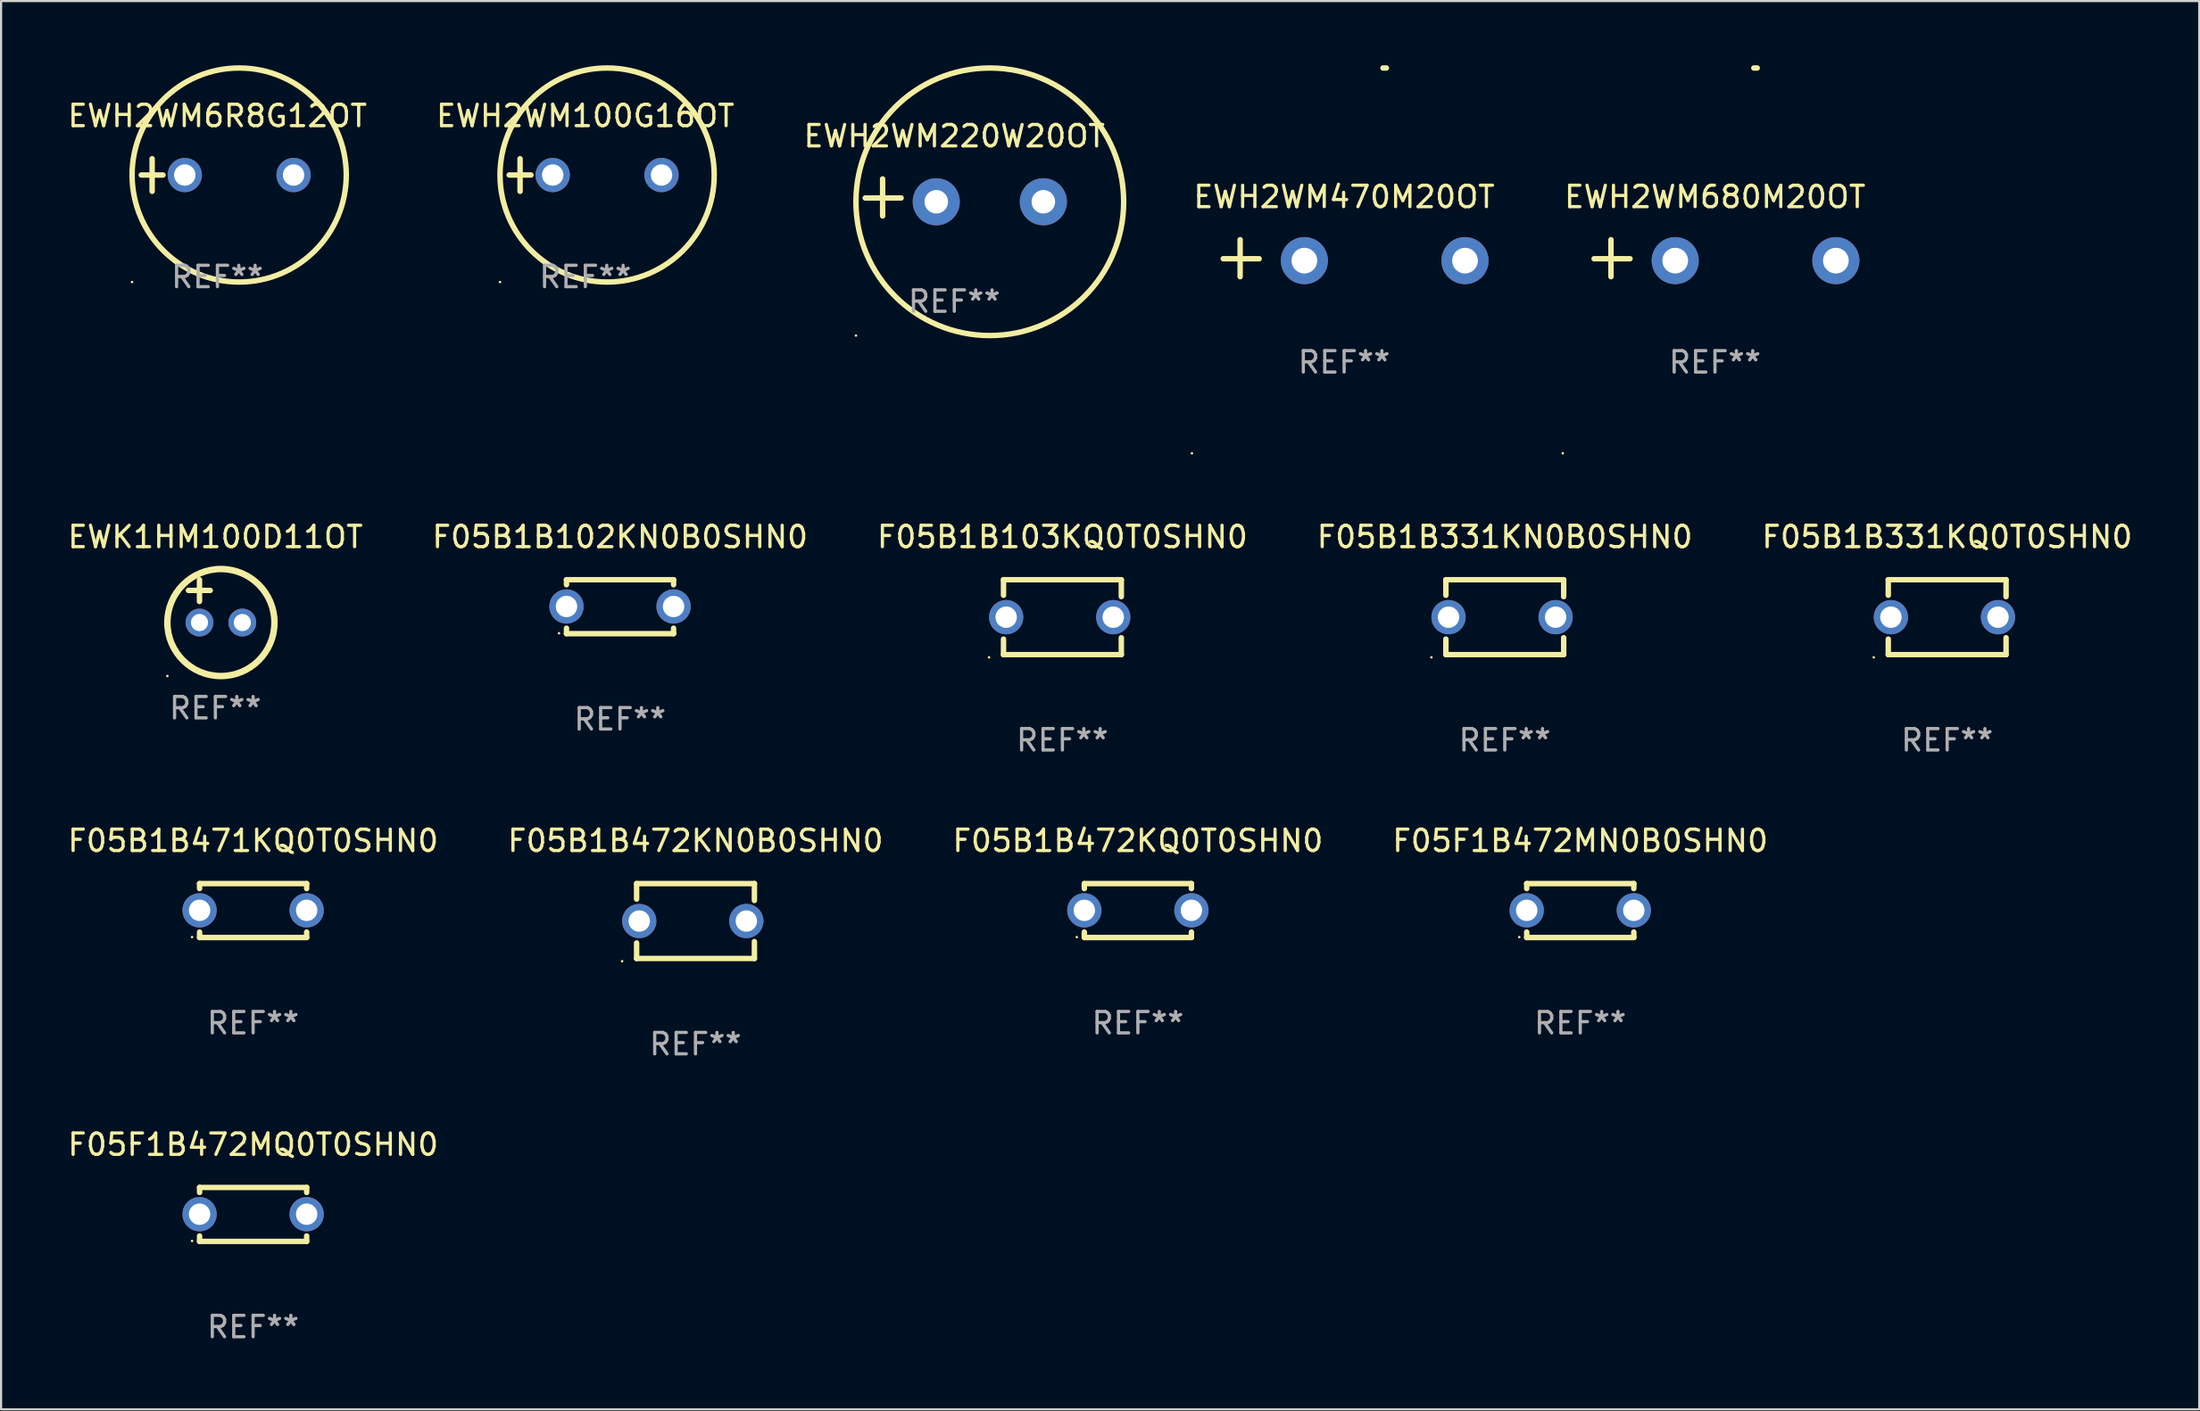
<source format=kicad_pcb>
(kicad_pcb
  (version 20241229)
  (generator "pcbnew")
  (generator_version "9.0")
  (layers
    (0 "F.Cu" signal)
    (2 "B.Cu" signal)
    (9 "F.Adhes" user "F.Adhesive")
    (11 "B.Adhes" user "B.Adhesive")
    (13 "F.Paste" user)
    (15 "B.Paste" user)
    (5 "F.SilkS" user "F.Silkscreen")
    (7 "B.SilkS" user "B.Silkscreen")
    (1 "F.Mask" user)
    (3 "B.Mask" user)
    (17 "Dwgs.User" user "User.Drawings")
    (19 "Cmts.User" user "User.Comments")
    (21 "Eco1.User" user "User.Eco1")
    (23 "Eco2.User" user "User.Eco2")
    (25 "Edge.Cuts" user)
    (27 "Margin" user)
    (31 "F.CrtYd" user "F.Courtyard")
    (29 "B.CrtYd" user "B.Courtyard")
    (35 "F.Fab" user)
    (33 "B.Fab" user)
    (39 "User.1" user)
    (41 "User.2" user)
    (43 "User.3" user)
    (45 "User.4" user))
  (footprint "EWH2WM220W20OT"
    (layer "F.Cu")
    (at 41.506 6.174)
    (property "Reference" "EWH2WM220W20OT" (at 0 -2.864 0) (layer "F.SilkS") (effects (font (size 1 1) (thickness 0.15))))
    (attr through_hole)
    (fp_line (start -3.346 0.864) (end -3.346 -0.864) (stroke (width 0.254) (type solid)) (layer "F.SilkS"))
    (fp_line (start -2.482 0.025) (end -4.158 0.025) (stroke (width 0.254) (type solid)) (layer "F.SilkS"))
    (fp_circle (center -4.592 6.453) (end -4.562 6.453) (stroke (width 0.06) (type solid)) (fill no) (layer "F.SilkS"))
    (fp_circle (center 1.658 0.203) (end 7.908 0.203) (stroke (width 0.254) (type solid)) (fill no) (layer "F.SilkS"))
    (fp_text user "REF**" (at 0 4.864 0) (layer "F.Fab") (effects (font (size 1 1) (thickness 0.15))))
    (pad "1" thru_hole circle (at -0.842 0.203) (size 2.2 2.2) (drill 1.1) (layers "*.Cu" "*.Mask"))
    (pad "2" thru_hole circle (at 4.158 0.203) (size 2.2 2.2) (drill 1.1) (layers "*.Cu" "*.Mask")))
  (footprint "F05B1B331KN0B0SHN0"
    (layer "F.Cu")
    (at 67.208 25.785)
    (property "Reference" "F05B1B331KN0B0SHN0" (at 0 -3.75 0) (layer "F.SilkS") (effects (font (size 1 1) (thickness 0.15))))
    (attr through_hole)
    (fp_line (start -2.75 -1.75) (end -2.75 -1.024) (stroke (width 0.254) (type solid)) (layer "F.SilkS"))
    (fp_line (start -2.75 -1.75) (end 2.75 -1.75) (stroke (width 0.254) (type solid)) (layer "F.SilkS"))
    (fp_line (start -2.75 1.024) (end -2.75 1.75) (stroke (width 0.254) (type solid)) (layer "F.SilkS"))
    (fp_line (start 2.75 -1.75) (end 2.75 -0.96) (stroke (width 0.254) (type solid)) (layer "F.SilkS"))
    (fp_line (start 2.75 0.96) (end 2.75 1.75) (stroke (width 0.254) (type solid)) (layer "F.SilkS"))
    (fp_line (start 2.75 1.75) (end -2.75 1.75) (stroke (width 0.254) (type solid)) (layer "F.SilkS"))
    (fp_circle (center -3.427 1.877) (end -3.397 1.877) (stroke (width 0.06) (type solid)) (fill no) (layer "F.SilkS"))
    (fp_text user "REF**" (at 0 5.75 0) (layer "F.Fab") (effects (font (size 1 1) (thickness 0.15))))
    (pad "1" thru_hole circle (at -2.627 0) (size 1.6 1.6) (drill 1) (layers "*.Cu" "*.Mask"))
    (pad "2" thru_hole circle (at 2.373 0) (size 1.6 1.6) (drill 1) (layers "*.Cu" "*.Mask")))
  (footprint "F05B1B471KQ0T0SHN0"
    (layer "F.Cu")
    (at 8.768 39.491)
    (property "Reference" "F05B1B471KQ0T0SHN0" (at 0 -3.26 0) (layer "F.SilkS") (effects (font (size 1 1) (thickness 0.15))))
    (attr through_hole)
    (fp_line (start -2.5 -1.26) (end -2.5 -1.026) (stroke (width 0.254) (type solid)) (layer "F.SilkS"))
    (fp_line (start -2.5 -1.26) (end 2.5 -1.26) (stroke (width 0.254) (type solid)) (layer "F.SilkS"))
    (fp_line (start -2.5 1.26) (end -2.5 1.006) (stroke (width 0.254) (type solid)) (layer "F.SilkS"))
    (fp_line (start 2.5 -1.26) (end 2.5 -1.026) (stroke (width 0.254) (type solid)) (layer "F.SilkS"))
    (fp_line (start 2.5 1.26) (end -2.5 1.26) (stroke (width 0.254) (type solid)) (layer "F.SilkS"))
    (fp_line (start 2.5 1.26) (end 2.5 1.006) (stroke (width 0.254) (type solid)) (layer "F.SilkS"))
    (fp_circle (center -2.85 1.24) (end -2.82 1.24) (stroke (width 0.06) (type solid)) (fill no) (layer "F.SilkS"))
    (fp_text user "REF**" (at 0 5.26 0) (layer "F.Fab") (effects (font (size 1 1) (thickness 0.15))))
    (pad "1" thru_hole circle (at -2.5 -0.01) (size 1.6 1.6) (drill 1) (layers "*.Cu" "*.Mask"))
    (pad "2" thru_hole circle (at 2.5 -0.01) (size 1.6 1.6) (drill 1) (layers "*.Cu" "*.Mask")))
  (footprint "F05B1B103KQ0T0SHN0"
    (layer "F.Cu")
    (at 46.554 25.785)
    (property "Reference" "F05B1B103KQ0T0SHN0" (at 0 -3.75 0) (layer "F.SilkS") (effects (font (size 1 1) (thickness 0.15))))
    (attr through_hole)
    (fp_line (start -2.75 -1.75) (end -2.75 -1.024) (stroke (width 0.254) (type solid)) (layer "F.SilkS"))
    (fp_line (start -2.75 -1.75) (end 2.75 -1.75) (stroke (width 0.254) (type solid)) (layer "F.SilkS"))
    (fp_line (start -2.75 1.024) (end -2.75 1.75) (stroke (width 0.254) (type solid)) (layer "F.SilkS"))
    (fp_line (start 2.75 -1.75) (end 2.75 -0.96) (stroke (width 0.254) (type solid)) (layer "F.SilkS"))
    (fp_line (start 2.75 0.96) (end 2.75 1.75) (stroke (width 0.254) (type solid)) (layer "F.SilkS"))
    (fp_line (start 2.75 1.75) (end -2.75 1.75) (stroke (width 0.254) (type solid)) (layer "F.SilkS"))
    (fp_circle (center -3.427 1.877) (end -3.397 1.877) (stroke (width 0.06) (type solid)) (fill no) (layer "F.SilkS"))
    (fp_text user "REF**" (at 0 5.75 0) (layer "F.Fab") (effects (font (size 1 1) (thickness 0.15))))
    (pad "1" thru_hole circle (at -2.627 0) (size 1.6 1.6) (drill 1) (layers "*.Cu" "*.Mask"))
    (pad "2" thru_hole circle (at 2.373 0) (size 1.6 1.6) (drill 1) (layers "*.Cu" "*.Mask")))
  (footprint "EWH2WM100G16OT"
    (layer "F.Cu")
    (at 24.28 5.127)
    (property "Reference" "EWH2WM100G16OT" (at 0 -2.762 0) (layer "F.SilkS") (effects (font (size 1 1) (thickness 0.15))))
    (attr through_hole)
    (fp_line (start -3.556 0) (end -2.54 0) (stroke (width 0.254) (type solid)) (layer "F.SilkS"))
    (fp_line (start -3.048 -0.762) (end -3.048 0.762) (stroke (width 0.254) (type solid)) (layer "F.SilkS"))
    (fp_circle (center -3.984 5) (end -3.954 5) (stroke (width 0.06) (type solid)) (fill no) (layer "F.SilkS"))
    (fp_circle (center 1.016 0) (end 6.016 0) (stroke (width 0.254) (type solid)) (fill no) (layer "F.SilkS"))
    (fp_text user "REF**" (at 0 4.762 0) (layer "F.Fab") (effects (font (size 1 1) (thickness 0.15))))
    (pad "1" thru_hole circle (at -1.524 0) (size 1.6 1.6) (drill 1) (layers "*.Cu" "*.Mask"))
    (pad "2" thru_hole circle (at 3.556 0) (size 1.6 1.6) (drill 1) (layers "*.Cu" "*.Mask")))
  (footprint "F05B1B472KQ0T0SHN0"
    (layer "F.Cu")
    (at 50.077 39.491)
    (property "Reference" "F05B1B472KQ0T0SHN0" (at 0 -3.26 0) (layer "F.SilkS") (effects (font (size 1 1) (thickness 0.15))))
    (attr through_hole)
    (fp_line (start -2.5 -1.26) (end -2.5 -1.026) (stroke (width 0.254) (type solid)) (layer "F.SilkS"))
    (fp_line (start -2.5 -1.26) (end 2.5 -1.26) (stroke (width 0.254) (type solid)) (layer "F.SilkS"))
    (fp_line (start -2.5 1.26) (end -2.5 1.006) (stroke (width 0.254) (type solid)) (layer "F.SilkS"))
    (fp_line (start 2.5 -1.26) (end 2.5 -1.026) (stroke (width 0.254) (type solid)) (layer "F.SilkS"))
    (fp_line (start 2.5 1.26) (end -2.5 1.26) (stroke (width 0.254) (type solid)) (layer "F.SilkS"))
    (fp_line (start 2.5 1.26) (end 2.5 1.006) (stroke (width 0.254) (type solid)) (layer "F.SilkS"))
    (fp_circle (center -2.85 1.24) (end -2.82 1.24) (stroke (width 0.06) (type solid)) (fill no) (layer "F.SilkS"))
    (fp_text user "REF**" (at 0 5.26 0) (layer "F.Fab") (effects (font (size 1 1) (thickness 0.15))))
    (pad "1" thru_hole circle (at -2.5 -0.01) (size 1.6 1.6) (drill 1) (layers "*.Cu" "*.Mask"))
    (pad "2" thru_hole circle (at 2.5 -0.01) (size 1.6 1.6) (drill 1) (layers "*.Cu" "*.Mask")))
  (footprint "EWH2WM680M20OT"
    (layer "F.Cu")
    (at 77.022 9.013)
    (property "Reference" "EWH2WM680M20OT" (at 0 -2.864 0) (layer "F.SilkS") (effects (font (size 1 1) (thickness 0.15))))
    (attr through_hole)
    (fp_line (start -4.856 0.864) (end -4.856 -0.864) (stroke (width 0.254) (type solid)) (layer "F.SilkS"))
    (fp_line (start -3.967 0.025) (end -5.644 0.025) (stroke (width 0.254) (type solid)) (layer "F.SilkS"))
    (fp_arc (start 1.815024 -8.885649) (mid 1.893764 -8.88599) (end 1.972504 -8.885649) (stroke (width 0.254001) (type solid)) (layer "F.SilkS"))
    (fp_circle (center -7.106 9.114) (end -7.076 9.114) (stroke (width 0.06) (type solid)) (fill no) (layer "F.SilkS"))
    (fp_text user "REF**" (at 0 4.864 0) (layer "F.Fab") (effects (font (size 1 1) (thickness 0.15))))
    (pad "1" thru_hole circle (at -1.856 0.114) (size 2.2 2.2) (drill 1.2) (layers "*.Cu" "*.Mask"))
    (pad "2" thru_hole circle (at 5.644 0.114) (size 2.2 2.2) (drill 1.2) (layers "*.Cu" "*.Mask")))
  (footprint "F05B1B472KN0B0SHN0"
    (layer "F.Cu")
    (at 29.423 39.981)
    (property "Reference" "F05B1B472KN0B0SHN0" (at 0 -3.75 0) (layer "F.SilkS") (effects (font (size 1 1) (thickness 0.15))))
    (attr through_hole)
    (fp_line (start -2.75 -1.75) (end -2.75 -1.024) (stroke (width 0.254) (type solid)) (layer "F.SilkS"))
    (fp_line (start -2.75 -1.75) (end 2.75 -1.75) (stroke (width 0.254) (type solid)) (layer "F.SilkS"))
    (fp_line (start -2.75 1.024) (end -2.75 1.75) (stroke (width 0.254) (type solid)) (layer "F.SilkS"))
    (fp_line (start 2.75 -1.75) (end 2.75 -0.96) (stroke (width 0.254) (type solid)) (layer "F.SilkS"))
    (fp_line (start 2.75 0.96) (end 2.75 1.75) (stroke (width 0.254) (type solid)) (layer "F.SilkS"))
    (fp_line (start 2.75 1.75) (end -2.75 1.75) (stroke (width 0.254) (type solid)) (layer "F.SilkS"))
    (fp_circle (center -3.427 1.877) (end -3.397 1.877) (stroke (width 0.06) (type solid)) (fill no) (layer "F.SilkS"))
    (fp_text user "REF**" (at 0 5.75 0) (layer "F.Fab") (effects (font (size 1 1) (thickness 0.15))))
    (pad "1" thru_hole circle (at -2.627 0) (size 1.6 1.6) (drill 1) (layers "*.Cu" "*.Mask"))
    (pad "2" thru_hole circle (at 2.373 0) (size 1.6 1.6) (drill 1) (layers "*.Cu" "*.Mask")))
  (footprint "F05F1B472MN0B0SHN0"
    (layer "F.Cu")
    (at 70.732 39.491)
    (property "Reference" "F05F1B472MN0B0SHN0" (at 0 -3.26 0) (layer "F.SilkS") (effects (font (size 1 1) (thickness 0.15))))
    (attr through_hole)
    (fp_line (start -2.5 -1.26) (end -2.5 -1.026) (stroke (width 0.254) (type solid)) (layer "F.SilkS"))
    (fp_line (start -2.5 -1.26) (end 2.5 -1.26) (stroke (width 0.254) (type solid)) (layer "F.SilkS"))
    (fp_line (start -2.5 1.26) (end -2.5 1.006) (stroke (width 0.254) (type solid)) (layer "F.SilkS"))
    (fp_line (start 2.5 -1.26) (end 2.5 -1.026) (stroke (width 0.254) (type solid)) (layer "F.SilkS"))
    (fp_line (start 2.5 1.26) (end -2.5 1.26) (stroke (width 0.254) (type solid)) (layer "F.SilkS"))
    (fp_line (start 2.5 1.26) (end 2.5 1.006) (stroke (width 0.254) (type solid)) (layer "F.SilkS"))
    (fp_circle (center -2.85 1.24) (end -2.82 1.24) (stroke (width 0.06) (type solid)) (fill no) (layer "F.SilkS"))
    (fp_text user "REF**" (at 0 5.26 0) (layer "F.Fab") (effects (font (size 1 1) (thickness 0.15))))
    (pad "1" thru_hole circle (at -2.5 -0.01) (size 1.6 1.6) (drill 1) (layers "*.Cu" "*.Mask"))
    (pad "2" thru_hole circle (at 2.5 -0.01) (size 1.6 1.6) (drill 1) (layers "*.Cu" "*.Mask")))
  (footprint "EWK1HM100D11OT"
    (layer "F.Cu")
    (at 7.006 25.035)
    (property "Reference" "EWK1HM100D11OT" (at 0 -3 0) (layer "F.SilkS") (effects (font (size 1 1) (thickness 0.15))))
    (attr through_hole)
    (fp_line (start -1.258 -0.5) (end -0.242 -0.5) (stroke (width 0.254) (type solid)) (layer "F.SilkS"))
    (fp_line (start -0.742 -1) (end -0.742 0.016) (stroke (width 0.254) (type solid)) (layer "F.SilkS"))
    (fp_circle (center -2.242 3.5) (end -2.212 3.5) (stroke (width 0.06) (type solid)) (fill no) (layer "F.SilkS"))
    (fp_circle (center 0.258 1) (end 2.758 1) (stroke (width 0.3) (type solid)) (fill no) (layer "F.SilkS"))
    (fp_text user "REF**" (at 0 5 0) (layer "F.Fab") (effects (font (size 1 1) (thickness 0.15))))
    (pad "1" thru_hole circle (at -0.742 1) (size 1.3 1.3) (drill 0.8) (layers "*.Cu" "*.Mask"))
    (pad "2" thru_hole circle (at 1.258 1) (size 1.3 1.3) (drill 0.8) (layers "*.Cu" "*.Mask")))
  (footprint "F05B1B102KN0B0SHN0"
    (layer "F.Cu")
    (at 25.899 25.295)
    (property "Reference" "F05B1B102KN0B0SHN0" (at 0 -3.26 0) (layer "F.SilkS") (effects (font (size 1 1) (thickness 0.15))))
    (attr through_hole)
    (fp_line (start -2.5 -1.26) (end -2.5 -1.026) (stroke (width 0.254) (type solid)) (layer "F.SilkS"))
    (fp_line (start -2.5 -1.26) (end 2.5 -1.26) (stroke (width 0.254) (type solid)) (layer "F.SilkS"))
    (fp_line (start -2.5 1.26) (end -2.5 1.006) (stroke (width 0.254) (type solid)) (layer "F.SilkS"))
    (fp_line (start 2.5 -1.26) (end 2.5 -1.026) (stroke (width 0.254) (type solid)) (layer "F.SilkS"))
    (fp_line (start 2.5 1.26) (end -2.5 1.26) (stroke (width 0.254) (type solid)) (layer "F.SilkS"))
    (fp_line (start 2.5 1.26) (end 2.5 1.006) (stroke (width 0.254) (type solid)) (layer "F.SilkS"))
    (fp_circle (center -2.85 1.24) (end -2.82 1.24) (stroke (width 0.06) (type solid)) (fill no) (layer "F.SilkS"))
    (fp_text user "REF**" (at 0 5.26 0) (layer "F.Fab") (effects (font (size 1 1) (thickness 0.15))))
    (pad "1" thru_hole circle (at -2.5 -0.01) (size 1.6 1.6) (drill 1) (layers "*.Cu" "*.Mask"))
    (pad "2" thru_hole circle (at 2.5 -0.01) (size 1.6 1.6) (drill 1) (layers "*.Cu" "*.Mask")))
  (footprint "EWH2WM6R8G12OT"
    (layer "F.Cu")
    (at 7.101 5.127)
    (property "Reference" "EWH2WM6R8G12OT" (at 0 -2.762 0) (layer "F.SilkS") (effects (font (size 1 1) (thickness 0.15))))
    (attr through_hole)
    (fp_line (start -3.556 0) (end -2.54 0) (stroke (width 0.254) (type solid)) (layer "F.SilkS"))
    (fp_line (start -3.048 -0.762) (end -3.048 0.762) (stroke (width 0.254) (type solid)) (layer "F.SilkS"))
    (fp_circle (center -3.984 5) (end -3.954 5) (stroke (width 0.06) (type solid)) (fill no) (layer "F.SilkS"))
    (fp_circle (center 1.016 0) (end 6.016 0) (stroke (width 0.254) (type solid)) (fill no) (layer "F.SilkS"))
    (fp_text user "REF**" (at 0 4.762 0) (layer "F.Fab") (effects (font (size 1 1) (thickness 0.15))))
    (pad "1" thru_hole circle (at -1.524 0) (size 1.6 1.6) (drill 1) (layers "*.Cu" "*.Mask"))
    (pad "2" thru_hole circle (at 3.556 0) (size 1.6 1.6) (drill 1) (layers "*.Cu" "*.Mask")))
  (footprint "F05F1B472MQ0T0SHN0"
    (layer "F.Cu")
    (at 8.768 53.688)
    (property "Reference" "F05F1B472MQ0T0SHN0" (at 0 -3.26 0) (layer "F.SilkS") (effects (font (size 1 1) (thickness 0.15))))
    (attr through_hole)
    (fp_line (start -2.5 -1.26) (end -2.5 -1.026) (stroke (width 0.254) (type solid)) (layer "F.SilkS"))
    (fp_line (start -2.5 -1.26) (end 2.5 -1.26) (stroke (width 0.254) (type solid)) (layer "F.SilkS"))
    (fp_line (start -2.5 1.26) (end -2.5 1.006) (stroke (width 0.254) (type solid)) (layer "F.SilkS"))
    (fp_line (start 2.5 -1.26) (end 2.5 -1.026) (stroke (width 0.254) (type solid)) (layer "F.SilkS"))
    (fp_line (start 2.5 1.26) (end -2.5 1.26) (stroke (width 0.254) (type solid)) (layer "F.SilkS"))
    (fp_line (start 2.5 1.26) (end 2.5 1.006) (stroke (width 0.254) (type solid)) (layer "F.SilkS"))
    (fp_circle (center -2.85 1.24) (end -2.82 1.24) (stroke (width 0.06) (type solid)) (fill no) (layer "F.SilkS"))
    (fp_text user "REF**" (at 0 5.26 0) (layer "F.Fab") (effects (font (size 1 1) (thickness 0.15))))
    (pad "1" thru_hole circle (at -2.5 -0.01) (size 1.6 1.6) (drill 1) (layers "*.Cu" "*.Mask"))
    (pad "2" thru_hole circle (at 2.5 -0.01) (size 1.6 1.6) (drill 1) (layers "*.Cu" "*.Mask")))
  (footprint "EWH2WM470M20OT"
    (layer "F.Cu")
    (at 59.707 9.013)
    (property "Reference" "EWH2WM470M20OT" (at 0 -2.864 0) (layer "F.SilkS") (effects (font (size 1 1) (thickness 0.15))))
    (attr through_hole)
    (fp_line (start -4.856 0.864) (end -4.856 -0.864) (stroke (width 0.254) (type solid)) (layer "F.SilkS"))
    (fp_line (start -3.967 0.025) (end -5.644 0.025) (stroke (width 0.254) (type solid)) (layer "F.SilkS"))
    (fp_arc (start 1.815024 -8.885649) (mid 1.893764 -8.88599) (end 1.972504 -8.885649) (stroke (width 0.254001) (type solid)) (layer "F.SilkS"))
    (fp_circle (center -7.106 9.114) (end -7.076 9.114) (stroke (width 0.06) (type solid)) (fill no) (layer "F.SilkS"))
    (fp_text user "REF**" (at 0 4.864 0) (layer "F.Fab") (effects (font (size 1 1) (thickness 0.15))))
    (pad "1" thru_hole circle (at -1.856 0.114) (size 2.2 2.2) (drill 1.2) (layers "*.Cu" "*.Mask"))
    (pad "2" thru_hole circle (at 5.644 0.114) (size 2.2 2.2) (drill 1.2) (layers "*.Cu" "*.Mask")))
  (footprint "F05B1B331KQ0T0SHN0"
    (layer "F.Cu")
    (at 87.863 25.785)
    (property "Reference" "F05B1B331KQ0T0SHN0" (at 0 -3.75 0) (layer "F.SilkS") (effects (font (size 1 1) (thickness 0.15))))
    (attr through_hole)
    (fp_line (start -2.75 -1.75) (end -2.75 -1.024) (stroke (width 0.254) (type solid)) (layer "F.SilkS"))
    (fp_line (start -2.75 -1.75) (end 2.75 -1.75) (stroke (width 0.254) (type solid)) (layer "F.SilkS"))
    (fp_line (start -2.75 1.024) (end -2.75 1.75) (stroke (width 0.254) (type solid)) (layer "F.SilkS"))
    (fp_line (start 2.75 -1.75) (end 2.75 -0.96) (stroke (width 0.254) (type solid)) (layer "F.SilkS"))
    (fp_line (start 2.75 0.96) (end 2.75 1.75) (stroke (width 0.254) (type solid)) (layer "F.SilkS"))
    (fp_line (start 2.75 1.75) (end -2.75 1.75) (stroke (width 0.254) (type solid)) (layer "F.SilkS"))
    (fp_circle (center -3.427 1.877) (end -3.397 1.877) (stroke (width 0.06) (type solid)) (fill no) (layer "F.SilkS"))
    (fp_text user "REF**" (at 0 5.75 0) (layer "F.Fab") (effects (font (size 1 1) (thickness 0.15))))
    (pad "1" thru_hole circle (at -2.627 0) (size 1.6 1.6) (drill 1) (layers "*.Cu" "*.Mask"))
    (pad "2" thru_hole circle (at 2.373 0) (size 1.6 1.6) (drill 1) (layers "*.Cu" "*.Mask")))
  (gr_rect
    (start -3 -3)
    (end 99.631 62.796)
    (stroke (width 0.1) (type default))
    (fill no)
    (layer "Edge.Cuts")))
</source>
